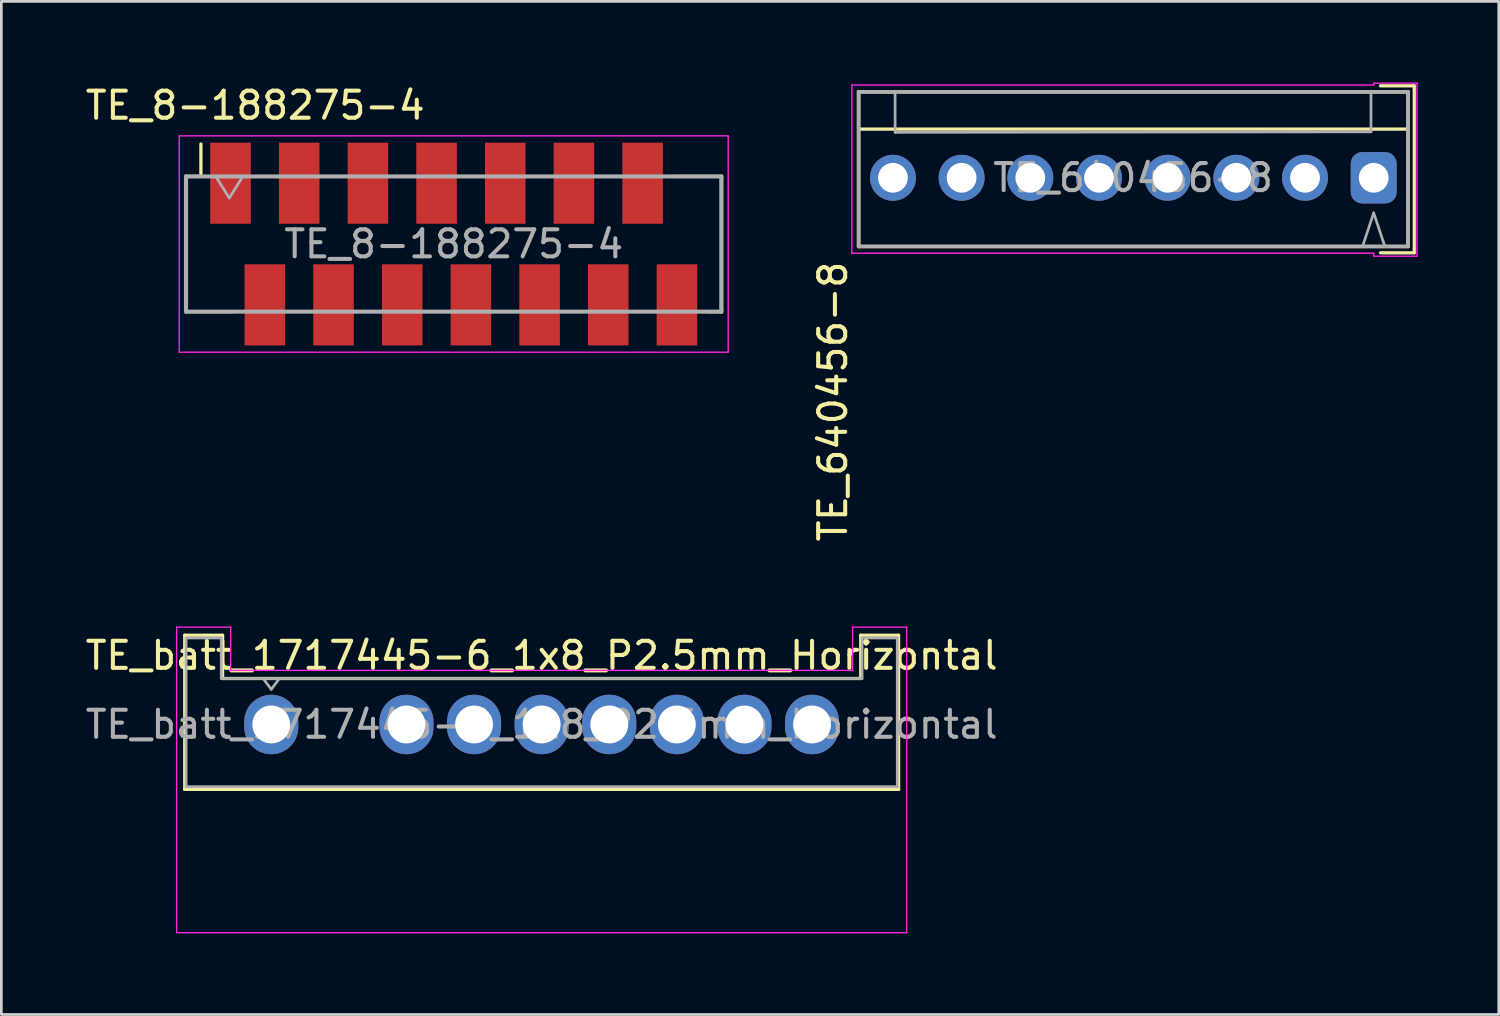
<source format=kicad_pcb>
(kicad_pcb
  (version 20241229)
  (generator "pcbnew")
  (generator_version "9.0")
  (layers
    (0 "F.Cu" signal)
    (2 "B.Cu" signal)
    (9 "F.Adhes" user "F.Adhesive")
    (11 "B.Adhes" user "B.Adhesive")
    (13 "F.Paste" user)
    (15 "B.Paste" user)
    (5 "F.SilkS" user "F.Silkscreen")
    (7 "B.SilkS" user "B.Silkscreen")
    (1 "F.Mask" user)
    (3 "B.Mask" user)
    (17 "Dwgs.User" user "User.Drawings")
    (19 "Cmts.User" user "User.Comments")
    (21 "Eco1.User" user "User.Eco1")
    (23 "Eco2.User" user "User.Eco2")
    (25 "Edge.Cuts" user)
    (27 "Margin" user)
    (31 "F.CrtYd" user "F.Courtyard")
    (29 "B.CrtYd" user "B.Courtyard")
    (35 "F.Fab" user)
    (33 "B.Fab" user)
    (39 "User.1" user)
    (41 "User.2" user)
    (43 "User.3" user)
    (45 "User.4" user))
  (footprint "TE_640456-8"
    (layer "F.Cu")
    (at 47.753 3.525)
    (property "Reference" "TE_640456-8" (at -20 3.01 90) (layer "F.SilkS") (effects (font (size 1 1) (thickness 0.15)) (justify right)))
    (attr through_hole)
    (fp_line (start -19.05 2.54) (end -19.05 -3.18) (stroke (width 0.127) (type solid)) (layer "F.SilkS"))
    (fp_line (start 0.25 -3.4) (end 1.5 -3.4) (stroke (width 0.12) (type solid)) (layer "F.SilkS"))
    (fp_line (start 0.25 2.775) (end 1.5 2.775) (stroke (width 0.12) (type solid)) (layer "F.SilkS"))
    (fp_line (start 1.25 -1.8) (end -19 -1.8) (stroke (width 0.12) (type solid)) (layer "F.SilkS"))
    (fp_line (start 1.27 -3.18) (end -19.05 -3.18) (stroke (width 0.127) (type solid)) (layer "F.SilkS"))
    (fp_line (start 1.27 -3.18) (end 1.27 2.54) (stroke (width 0.127) (type solid)) (layer "F.SilkS"))
    (fp_line (start 1.27 2.54) (end -19.05 2.54) (stroke (width 0.127) (type solid)) (layer "F.SilkS"))
    (fp_line (start 1.5 -3.4) (end 1.5 2.775) (stroke (width 0.12) (type solid)) (layer "F.SilkS"))
    (fp_line (start -19.3 -3.43) (end 0 -3.43) (stroke (width 0.05) (type solid)) (layer "F.CrtYd"))
    (fp_line (start -19.3 2.79) (end -19.3 -3.43) (stroke (width 0.05) (type solid)) (layer "F.CrtYd"))
    (fp_line (start 0 -3.43) (end 0 -3.5) (stroke (width 0.05) (type solid)) (layer "F.CrtYd"))
    (fp_line (start 0 2.79) (end -19.3 2.79) (stroke (width 0.05) (type solid)) (layer "F.CrtYd"))
    (fp_line (start 0 2.79) (end 0 2.9) (stroke (width 0.05) (type solid)) (layer "F.CrtYd"))
    (fp_line (start 1.6 -3.5) (end 0 -3.5) (stroke (width 0.05) (type solid)) (layer "F.CrtYd"))
    (fp_line (start 1.6 -3.5) (end 1.6 2.9) (stroke (width 0.05) (type solid)) (layer "F.CrtYd"))
    (fp_line (start 1.6 2.9) (end 0 2.9) (stroke (width 0.05) (type solid)) (layer "F.CrtYd"))
    (fp_line (start -19.05 -3.18) (end 1.27 -3.18) (stroke (width 0.127) (type solid)) (layer "F.Fab"))
    (fp_line (start -19.05 -3.18) (end 1.27 -3.18) (stroke (width 0.127) (type solid)) (layer "F.Fab"))
    (fp_line (start -19.05 2.54) (end -19.05 -3.18) (stroke (width 0.127) (type solid)) (layer "F.Fab"))
    (fp_line (start -19.05 2.54) (end -19.05 -3.18) (stroke (width 0.127) (type solid)) (layer "F.Fab"))
    (fp_line (start -17.7 -3.18) (end -17.7 -1.68) (stroke (width 0.1) (type solid)) (layer "F.Fab"))
    (fp_line (start -0.4 2.5) (end 0 1.3) (stroke (width 0.1) (type solid)) (layer "F.Fab"))
    (fp_line (start -0.1 -3.2) (end -0.1 -1.7) (stroke (width 0.1) (type solid)) (layer "F.Fab"))
    (fp_line (start -0.1 -1.7) (end -17.7 -1.68) (stroke (width 0.1) (type solid)) (layer "F.Fab"))
    (fp_line (start 0 1.3) (end 0.4 2.5) (stroke (width 0.1) (type solid)) (layer "F.Fab"))
    (fp_line (start 1.27 -3.18) (end 1.27 2.54) (stroke (width 0.127) (type solid)) (layer "F.Fab"))
    (fp_line (start 1.27 -3.18) (end 1.27 2.54) (stroke (width 0.127) (type solid)) (layer "F.Fab"))
    (fp_line (start 1.27 2.54) (end -19.05 2.54) (stroke (width 0.127) (type solid)) (layer "F.Fab"))
    (fp_text user "${REFERENCE}" (at -8.9 0 0) (layer "F.Fab") (effects (font (size 1 1) (thickness 0.15))))
    (pad "1" thru_hole roundrect (at 0 0) (size 1.7 1.9) (drill 1.1) (layers "*.Cu" "*.Mask") (roundrect_rratio 0.25))
    (pad "2" thru_hole circle (at -2.54 0) (size 1.7 1.7) (drill 1.1) (layers "*.Cu" "*.Mask"))
    (pad "3" thru_hole circle (at -5.08 0) (size 1.7 1.7) (drill 1.1) (layers "*.Cu" "*.Mask"))
    (pad "4" thru_hole circle (at -7.62 0) (size 1.7 1.7) (drill 1.1) (layers "*.Cu" "*.Mask"))
    (pad "5" thru_hole circle (at -10.16 0) (size 1.7 1.7) (drill 1.1) (layers "*.Cu" "*.Mask"))
    (pad "6" thru_hole circle (at -12.7 0) (size 1.7 1.7) (drill 1.1) (layers "*.Cu" "*.Mask"))
    (pad "7" thru_hole circle (at -15.24 0) (size 1.7 1.7) (drill 1.1) (layers "*.Cu" "*.Mask"))
    (pad "8" thru_hole circle (at -17.78 0) (size 1.7 1.7) (drill 1.1) (layers "*.Cu" "*.Mask")))
  (footprint "TE_8-188275-4"
    (layer "F.Cu")
    (at 13.73 5.975)
    (property "Reference" "TE_8-188275-4" (at -7.343 -5.127 0) (layer "F.SilkS") (effects (font (size 1 1) (thickness 0.15))))
    (attr through_hole)
    (fp_line (start -9.9 -2.5) (end -9.35 -2.5) (stroke (width 0.12) (type solid)) (layer "F.SilkS"))
    (fp_line (start -9.9 2.5) (end -9.9 -2.5) (stroke (width 0.12) (type solid)) (layer "F.SilkS"))
    (fp_line (start -9.9 2.5) (end -8.15 2.5) (stroke (width 0.12) (type solid)) (layer "F.SilkS"))
    (fp_line (start -9.35 -3.7) (end -9.35 -2.5) (stroke (width 0.12) (type solid)) (layer "F.SilkS"))
    (fp_line (start 9.9 -2.5) (end 8.15 -2.5) (stroke (width 0.12) (type solid)) (layer "F.SilkS"))
    (fp_line (start 9.9 -2.5) (end 9.9 2.5) (stroke (width 0.12) (type solid)) (layer "F.SilkS"))
    (fp_line (start 9.9 2.5) (end 9.35 2.5) (stroke (width 0.12) (type solid)) (layer "F.SilkS"))
    (fp_line (start -10.15 -4) (end 10.15 -4) (stroke (width 0.05) (type solid)) (layer "F.CrtYd"))
    (fp_line (start -10.15 4) (end -10.15 -4) (stroke (width 0.05) (type solid)) (layer "F.CrtYd"))
    (fp_line (start 10.15 -4) (end 10.15 4) (stroke (width 0.05) (type solid)) (layer "F.CrtYd"))
    (fp_line (start 10.15 4) (end -10.15 4) (stroke (width 0.05) (type solid)) (layer "F.CrtYd"))
    (fp_line (start -9.9 -2.5) (end 9.9 -2.5) (stroke (width 0.152) (type solid)) (layer "F.Fab"))
    (fp_line (start -9.9 2.5) (end -9.9 -2.5) (stroke (width 0.152) (type solid)) (layer "F.Fab"))
    (fp_line (start -8.8 -2.5) (end -8.3 -1.7) (stroke (width 0.1) (type solid)) (layer "F.Fab"))
    (fp_line (start -8.3 -1.7) (end -7.8 -2.5) (stroke (width 0.1) (type solid)) (layer "F.Fab"))
    (fp_line (start 9.9 -2.5) (end 9.9 2.5) (stroke (width 0.152) (type solid)) (layer "F.Fab"))
    (fp_line (start 9.9 2.5) (end -9.9 2.5) (stroke (width 0.152) (type solid)) (layer "F.Fab"))
    (fp_text user "${REFERENCE}" (at 0 0 0) (layer "F.Fab") (effects (font (size 1 1) (thickness 0.15))))
    (pad "1" smd rect (at -8.255 -2.25) (size 1.5 3) (layers "F.Cu" "F.Mask" "F.Paste"))
    (pad "2" smd rect (at -6.985 2.25) (size 1.5 3) (layers "F.Cu" "F.Mask" "F.Paste"))
    (pad "3" smd rect (at -5.715 -2.25) (size 1.5 3) (layers "F.Cu" "F.Mask" "F.Paste"))
    (pad "4" smd rect (at -4.445 2.25) (size 1.5 3) (layers "F.Cu" "F.Mask" "F.Paste"))
    (pad "5" smd rect (at -3.175 -2.25) (size 1.5 3) (layers "F.Cu" "F.Mask" "F.Paste"))
    (pad "6" smd rect (at -1.905 2.25) (size 1.5 3) (layers "F.Cu" "F.Mask" "F.Paste"))
    (pad "7" smd rect (at -0.635 -2.25) (size 1.5 3) (layers "F.Cu" "F.Mask" "F.Paste"))
    (pad "8" smd rect (at 0.635 2.25) (size 1.5 3) (layers "F.Cu" "F.Mask" "F.Paste"))
    (pad "9" smd rect (at 1.905 -2.25) (size 1.5 3) (layers "F.Cu" "F.Mask" "F.Paste"))
    (pad "10" smd rect (at 3.175 2.25) (size 1.5 3) (layers "F.Cu" "F.Mask" "F.Paste"))
    (pad "11" smd rect (at 4.445 -2.25) (size 1.5 3) (layers "F.Cu" "F.Mask" "F.Paste"))
    (pad "12" smd rect (at 5.715 2.25) (size 1.5 3) (layers "F.Cu" "F.Mask" "F.Paste"))
    (pad "13" smd rect (at 6.985 -2.25) (size 1.5 3) (layers "F.Cu" "F.Mask" "F.Paste"))
    (pad "14" smd rect (at 8.255 2.25) (size 1.5 3) (layers "F.Cu" "F.Mask" "F.Paste")))
  (footprint "TE_batt_1717445-6_1x8_P2.5mm_Horizontal"
    (layer "F.Cu")
    (at 6.982 23.743)
    (property "Reference" "TE_batt_1717445-6_1x8_P2.5mm_Horizontal" (at 10 -2.55 0) (unlocked yes) (layer "F.SilkS") (effects (font (size 1 1) (thickness 0.15))))
    (attr through_hole)
    (fp_line (start -3.2 -3.3) (end -3.2 2.4) (stroke (width 0.12) (type solid)) (layer "F.SilkS"))
    (fp_line (start -3.2 -3.3) (end -1.8 -3.3) (stroke (width 0.12) (type solid)) (layer "F.SilkS"))
    (fp_line (start -1.8 -3.3) (end -1.8 -1.7) (stroke (width 0.12) (type solid)) (layer "F.SilkS"))
    (fp_line (start -1.8 -1.7) (end 21.8 -1.7) (stroke (width 0.12) (type solid)) (layer "F.SilkS"))
    (fp_line (start 21.8 -3.3) (end 21.8 -1.7) (stroke (width 0.12) (type solid)) (layer "F.SilkS"))
    (fp_line (start 23.2 -3.3) (end 21.8 -3.3) (stroke (width 0.12) (type solid)) (layer "F.SilkS"))
    (fp_line (start 23.2 -3.3) (end 23.2 2.4) (stroke (width 0.12) (type solid)) (layer "F.SilkS"))
    (fp_line (start 23.2 2.4) (end -3.2 2.4) (stroke (width 0.12) (type solid)) (layer "F.SilkS"))
    (fp_line (start -3.5 -3.6) (end -1.5 -3.6) (stroke (width 0.05) (type solid)) (layer "F.CrtYd"))
    (fp_line (start -3.5 7.7) (end -3.5 -3.6) (stroke (width 0.05) (type solid)) (layer "F.CrtYd"))
    (fp_line (start -1.5 -2) (end -1.5 -3.6) (stroke (width 0.05) (type solid)) (layer "F.CrtYd"))
    (fp_line (start 21.5 -2) (end -1.5 -2) (stroke (width 0.05) (type solid)) (layer "F.CrtYd"))
    (fp_line (start 21.5 -2) (end 21.5 -3.6) (stroke (width 0.05) (type solid)) (layer "F.CrtYd"))
    (fp_line (start 23.5 -3.6) (end 21.5 -3.6) (stroke (width 0.05) (type solid)) (layer "F.CrtYd"))
    (fp_line (start 23.5 7.7) (end -3.5 7.7) (stroke (width 0.05) (type solid)) (layer "F.CrtYd"))
    (fp_line (start 23.5 7.7) (end 23.5 -3.6) (stroke (width 0.05) (type solid)) (layer "F.CrtYd"))
    (fp_line (start -3.15 2.3) (end -3.15 -3.2) (stroke (width 0.1) (type solid)) (layer "F.Fab"))
    (fp_line (start -3.15 2.3) (end 23.15 2.3) (stroke (width 0.1) (type solid)) (layer "F.Fab"))
    (fp_line (start -1.85 -3.2) (end -3.15 -3.2) (stroke (width 0.1) (type solid)) (layer "F.Fab"))
    (fp_line (start -1.85 -3.2) (end -1.85 -1.7) (stroke (width 0.1) (type solid)) (layer "F.Fab"))
    (fp_line (start 0 -1.3) (end -0.3 -1.7) (stroke (width 0.1) (type solid)) (layer "F.Fab"))
    (fp_line (start 0 -1.3) (end 0.3 -1.7) (stroke (width 0.1) (type solid)) (layer "F.Fab"))
    (fp_line (start 21.85 -3.2) (end 23.15 -3.2) (stroke (width 0.1) (type solid)) (layer "F.Fab"))
    (fp_line (start 21.85 -1.7) (end -1.85 -1.7) (stroke (width 0.1) (type solid)) (layer "F.Fab"))
    (fp_line (start 21.85 -1.7) (end 21.85 -3.2) (stroke (width 0.1) (type solid)) (layer "F.Fab"))
    (fp_line (start 23.15 2.3) (end 23.15 -3.2) (stroke (width 0.1) (type solid)) (layer "F.Fab"))
    (fp_text user "${REFERENCE}" (at 10 0 0) (unlocked yes) (layer "F.Fab") (effects (font (size 1 1) (thickness 0.15))))
    (pad "1" thru_hole oval (at 0 0) (size 2 2.2) (drill 1.4) (layers "*.Cu" "*.Mask"))
    (pad "2" thru_hole oval (at 5 0) (size 2 2.2) (drill 1.4) (layers "*.Cu" "*.Mask"))
    (pad "3" thru_hole oval (at 7.5 0) (size 2 2.2) (drill 1.4) (layers "*.Cu" "*.Mask"))
    (pad "4" thru_hole oval (at 10 0) (size 2 2.2) (drill 1.4) (layers "*.Cu" "*.Mask"))
    (pad "5" thru_hole oval (at 12.5 0) (size 2 2.2) (drill 1.4) (layers "*.Cu" "*.Mask"))
    (pad "6" thru_hole oval (at 15 0) (size 2 2.2) (drill 1.4) (layers "*.Cu" "*.Mask"))
    (pad "7" thru_hole oval (at 17.5 0) (size 2 2.2) (drill 1.4) (layers "*.Cu" "*.Mask"))
    (pad "8" thru_hole oval (at 20 0) (size 2 2.2) (drill 1.4) (layers "*.Cu" "*.Mask")))
  (gr_rect
    (start -3 -3)
    (end 52.378 34.468)
    (stroke (width 0.1) (type default))
    (fill no)
    (layer "Edge.Cuts")))
</source>
